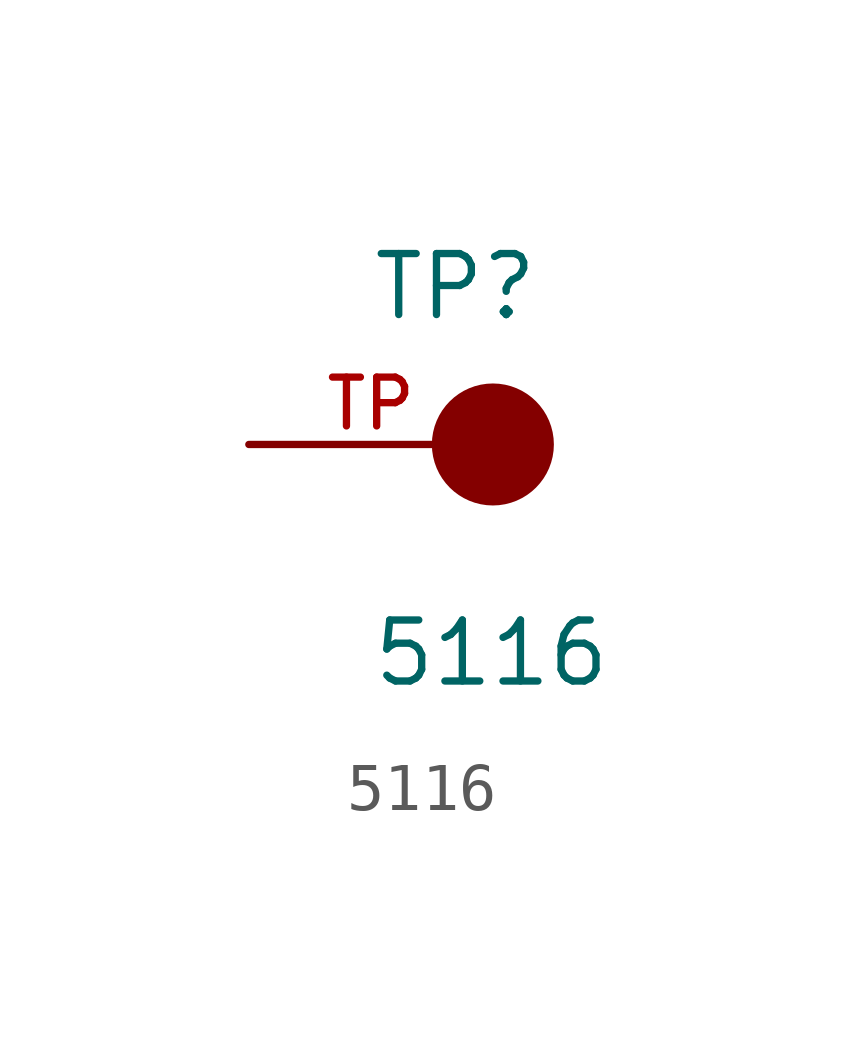
<source format=kicad_sym>
(kicad_symbol_lib
  (version 20211014)
  (generator kicad_symbol_editor)
  (symbol "5116"
    (pin_names
      (offset 1.016))
    (property "Reference" "TP"
      (at -2.544 2.541 0)
      (effects (font (size 1.27 1.27)) (justify bottom left)))
    (property "Value" "5116"
      (at -2.55 -5.087 0)
      (effects (font (size 1.27 1.27)) (justify bottom left)))
    (symbol "5116_0_0"
      (circle (center 0.0 0.0) (radius 0.635) (stroke (width 1.27)) (fill (type none)))
      (pin passive line (at -5.08 0.0 0) (length 5.08) (name "~" (effects (font (size 1.016 1.016)))) (number "TP" (effects (font (size 1.016 1.016))))))))
</source>
